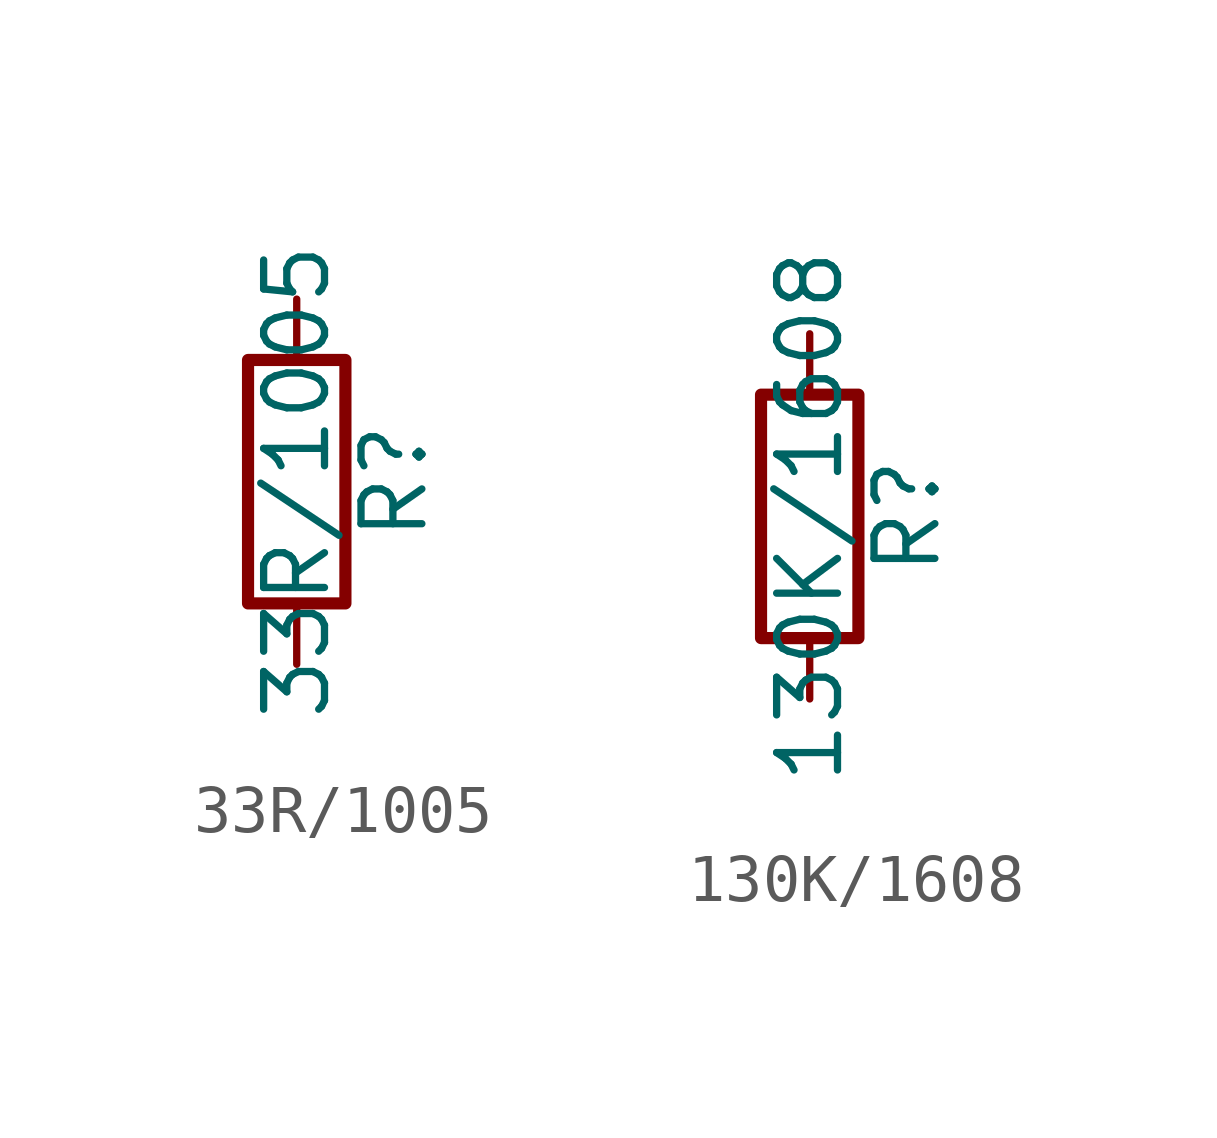
<source format=kicad_sym>
(kicad_symbol_lib
  (version 20220914)
  (generator kicad_symbol_editor)
  (symbol "33R/1005"
    (pin_numbers hide)
    (pin_names
      (offset 0) hide)
    (property "Reference" "R"
      (at 2.032 0 90)
      (effects (font (size 1.27 1.27))))
    (property "Value" "33R/1005"
      (at 0 0 90)
      (effects (font (size 1.27 1.27))))
    (symbol "33R/1005_0_1"
      (rectangle (start -1.016 -2.54) (end 1.016 2.54) (stroke (width 0.254) (type default)) (fill (type none))))
    (symbol "33R/1005_1_1"
      (pin passive line (at 0 3.81 270) (length 1.27) (name "~" (effects (font (size 1.27 1.27)))) (number "1" (effects (font (size 1.27 1.27)))))
      (pin passive line (at 0 -3.81 90) (length 1.27) (name "~" (effects (font (size 1.27 1.27)))) (number "2" (effects (font (size 1.27 1.27)))))))
  (symbol "130K/1608"
    (pin_numbers hide)
    (pin_names
      (offset 0) hide)
    (property "Reference" "R"
      (at 2.032 0 90)
      (effects (font (size 1.27 1.27))))
    (property "Value" "130K/1608"
      (at 0 0 90)
      (effects (font (size 1.27 1.27))))
    (symbol "130K/1608_0_1"
      (rectangle (start -1.016 -2.54) (end 1.016 2.54) (stroke (width 0.254) (type default)) (fill (type none))))
    (symbol "130K/1608_1_1"
      (pin passive line (at 0 3.81 270) (length 1.27) (name "~" (effects (font (size 1.27 1.27)))) (number "1" (effects (font (size 1.27 1.27)))))
      (pin passive line (at 0 -3.81 90) (length 1.27) (name "~" (effects (font (size 1.27 1.27)))) (number "2" (effects (font (size 1.27 1.27))))))))
</source>
